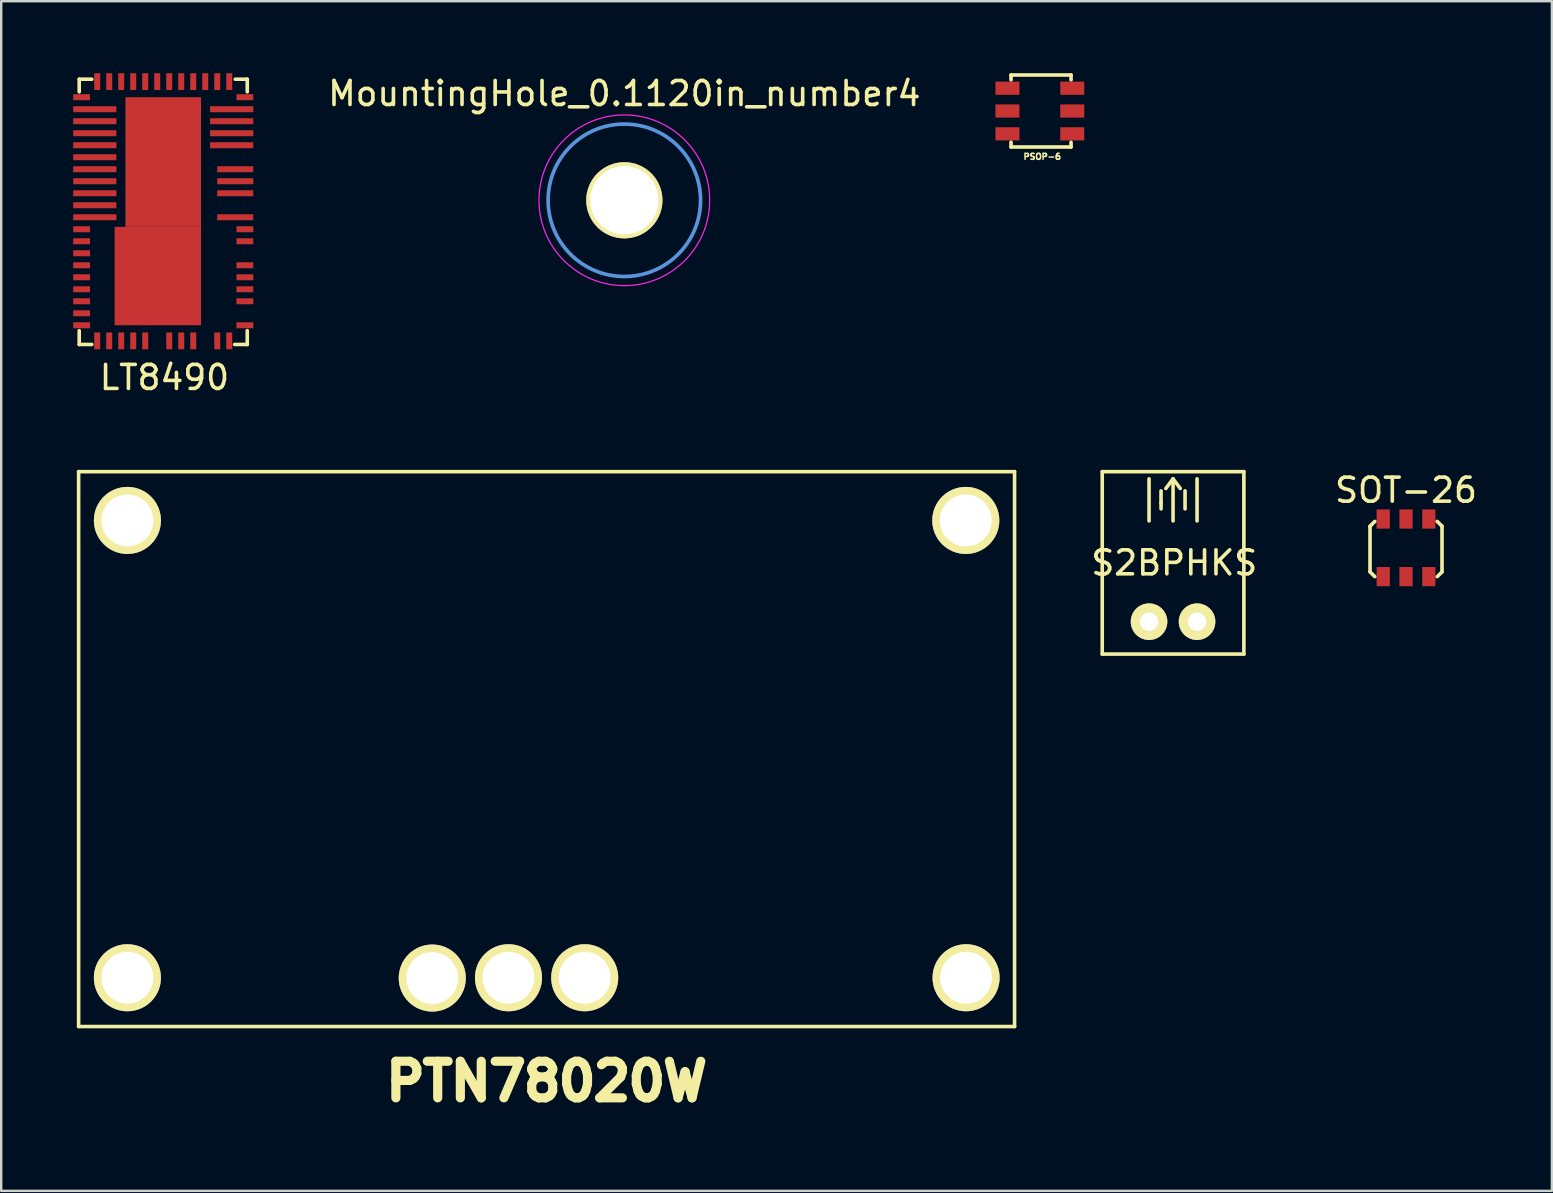
<source format=kicad_pcb>
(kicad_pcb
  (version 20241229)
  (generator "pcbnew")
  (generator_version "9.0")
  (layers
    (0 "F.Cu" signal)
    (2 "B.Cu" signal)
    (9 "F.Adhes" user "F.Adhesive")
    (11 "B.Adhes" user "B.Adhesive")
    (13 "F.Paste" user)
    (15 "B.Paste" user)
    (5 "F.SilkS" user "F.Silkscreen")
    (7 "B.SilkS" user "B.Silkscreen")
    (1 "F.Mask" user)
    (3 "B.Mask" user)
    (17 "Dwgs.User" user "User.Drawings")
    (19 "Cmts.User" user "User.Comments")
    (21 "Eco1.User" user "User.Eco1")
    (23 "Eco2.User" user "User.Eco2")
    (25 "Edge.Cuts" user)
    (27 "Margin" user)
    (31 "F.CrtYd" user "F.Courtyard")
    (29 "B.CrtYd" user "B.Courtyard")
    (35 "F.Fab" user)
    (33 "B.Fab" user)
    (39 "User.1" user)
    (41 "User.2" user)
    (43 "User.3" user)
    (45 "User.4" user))
  (footprint "LT8490"
    (layer "F.Cu")
    (at 3.75 5.75)
    (property "Reference" "LT8490" (at 0.05 6.925 0) (layer "F.SilkS") (effects (font (size 1 1) (thickness 0.15))))
    (attr through_hole)
    (fp_line (start -3.5 -5.5) (end -3.5 -4.975) (stroke (width 0.15) (type solid)) (layer "F.SilkS"))
    (fp_line (start -3.5 -5.5) (end -2.975 -5.5) (stroke (width 0.15) (type solid)) (layer "F.SilkS"))
    (fp_line (start -3.5 5.55) (end -3.5 4.975) (stroke (width 0.15) (type solid)) (layer "F.SilkS"))
    (fp_line (start -3.5 5.55) (end -2.975 5.55) (stroke (width 0.15) (type solid)) (layer "F.SilkS"))
    (fp_line (start 3.5 -5.5) (end 3 -5.5) (stroke (width 0.15) (type solid)) (layer "F.SilkS"))
    (fp_line (start 3.5 -5.5) (end 3.5 -4.975) (stroke (width 0.15) (type solid)) (layer "F.SilkS"))
    (fp_line (start 3.5 5.55) (end 2.975 5.55) (stroke (width 0.15) (type solid)) (layer "F.SilkS"))
    (fp_line (start 3.5 5.55) (end 3.5 4.975) (stroke (width 0.15) (type solid)) (layer "F.SilkS"))
    (pad "1" smd rect (at -3.4 -4.75 90) (size 0.25 0.7) (layers "F.Cu" "F.Mask" "F.Paste"))
    (pad "2" smd rect (at -2.85 -4.25 90) (size 0.25 1.8) (layers "F.Cu" "F.Mask" "F.Paste"))
    (pad "3" smd rect (at -2.85 -3.75 90) (size 0.25 1.8) (layers "F.Cu" "F.Mask" "F.Paste"))
    (pad "4" smd rect (at -2.85 -3.25 90) (size 0.25 1.8) (layers "F.Cu" "F.Mask" "F.Paste"))
    (pad "5" smd rect (at -2.85 -2.75 90) (size 0.25 1.8) (layers "F.Cu" "F.Mask" "F.Paste"))
    (pad "6" smd rect (at -2.85 -2.25 90) (size 0.25 1.8) (layers "F.Cu" "F.Mask" "F.Paste"))
    (pad "7" smd rect (at -2.85 -1.75 90) (size 0.25 1.8) (layers "F.Cu" "F.Mask" "F.Paste"))
    (pad "8" smd rect (at -2.85 -1.25 90) (size 0.25 1.8) (layers "F.Cu" "F.Mask" "F.Paste"))
    (pad "9" smd rect (at -2.85 -0.75 90) (size 0.25 1.8) (layers "F.Cu" "F.Mask" "F.Paste"))
    (pad "10" smd rect (at -2.85 -0.25 90) (size 0.25 1.8) (layers "F.Cu" "F.Mask" "F.Paste"))
    (pad "11" smd rect (at -2.85 0.25 90) (size 0.25 1.8) (layers "F.Cu" "F.Mask" "F.Paste"))
    (pad "12" smd rect (at -3.4 0.75 90) (size 0.25 0.7) (layers "F.Cu" "F.Mask" "F.Paste"))
    (pad "13" smd rect (at -3.4 1.25 90) (size 0.25 0.7) (layers "F.Cu" "F.Mask" "F.Paste"))
    (pad "14" smd rect (at -3.4 1.75 90) (size 0.25 0.7) (layers "F.Cu" "F.Mask" "F.Paste"))
    (pad "15" smd rect (at -3.4 2.25 90) (size 0.25 0.7) (layers "F.Cu" "F.Mask" "F.Paste"))
    (pad "16" smd rect (at -3.4 2.75 90) (size 0.25 0.7) (layers "F.Cu" "F.Mask" "F.Paste"))
    (pad "17" smd rect (at -3.4 3.25 90) (size 0.25 0.7) (layers "F.Cu" "F.Mask" "F.Paste"))
    (pad "18" smd rect (at -3.4 3.75 90) (size 0.25 0.7) (layers "F.Cu" "F.Mask" "F.Paste"))
    (pad "19" smd rect (at -3.4 4.25 90) (size 0.25 0.7) (layers "F.Cu" "F.Mask" "F.Paste"))
    (pad "20" smd rect (at -3.4 4.75 90) (size 0.25 0.7) (layers "F.Cu" "F.Mask" "F.Paste"))
    (pad "21" smd rect (at -2.75 5.4 180) (size 0.25 0.7) (layers "F.Cu" "F.Mask" "F.Paste"))
    (pad "22" smd rect (at -2.25 5.4 180) (size 0.25 0.7) (layers "F.Cu" "F.Mask" "F.Paste"))
    (pad "23" smd rect (at -1.75 5.4 180) (size 0.25 0.7) (layers "F.Cu" "F.Mask" "F.Paste"))
    (pad "24" smd rect (at -1.25 5.4 180) (size 0.25 0.7) (layers "F.Cu" "F.Mask" "F.Paste"))
    (pad "25" smd rect (at -0.75 5.4 180) (size 0.25 0.7) (layers "F.Cu" "F.Mask" "F.Paste"))
    (pad "27" smd rect (at 0.25 5.4 180) (size 0.25 0.7) (layers "F.Cu" "F.Mask" "F.Paste"))
    (pad "28" smd rect (at 0.75 5.4 180) (size 0.25 0.7) (layers "F.Cu" "F.Mask" "F.Paste"))
    (pad "29" smd rect (at 1.25 5.4 180) (size 0.25 0.7) (layers "F.Cu" "F.Mask" "F.Paste"))
    (pad "31" smd rect (at 2.25 5.4 180) (size 0.25 0.7) (layers "F.Cu" "F.Mask" "F.Paste"))
    (pad "32" smd rect (at 2.75 5.4 180) (size 0.25 0.7) (layers "F.Cu" "F.Mask" "F.Paste"))
    (pad "33" smd rect (at 3.4 4.75 90) (size 0.25 0.7) (layers "F.Cu" "F.Mask" "F.Paste"))
    (pad "35" smd rect (at 3.4 3.75 90) (size 0.25 0.7) (layers "F.Cu" "F.Mask" "F.Paste"))
    (pad "36" smd rect (at 3.4 3.25 90) (size 0.25 0.7) (layers "F.Cu" "F.Mask" "F.Paste"))
    (pad "37" smd rect (at 3.4 2.75 90) (size 0.25 0.7) (layers "F.Cu" "F.Mask" "F.Paste"))
    (pad "38" smd rect (at 3.4 2.25 90) (size 0.25 0.7) (layers "F.Cu" "F.Mask" "F.Paste"))
    (pad "40" smd rect (at 3.4 1.25 90) (size 0.25 0.7) (layers "F.Cu" "F.Mask" "F.Paste"))
    (pad "41" smd rect (at 3.4 0.75 90) (size 0.25 0.7) (layers "F.Cu" "F.Mask" "F.Paste"))
    (pad "42" smd rect (at 3 0.25 90) (size 0.25 1.5) (layers "F.Cu" "F.Mask" "F.Paste"))
    (pad "44" smd rect (at 3 -0.75 90) (size 0.25 1.5) (layers "F.Cu" "F.Mask" "F.Paste"))
    (pad "45" smd rect (at 3 -1.25 90) (size 0.25 1.5) (layers "F.Cu" "F.Mask" "F.Paste"))
    (pad "46" smd rect (at 3 -1.75 90) (size 0.25 1.5) (layers "F.Cu" "F.Mask" "F.Paste"))
    (pad "48" smd rect (at 2.85 -2.75 90) (size 0.25 1.8) (layers "F.Cu" "F.Mask" "F.Paste"))
    (pad "49" smd rect (at 2.85 -3.25 90) (size 0.25 1.8) (layers "F.Cu" "F.Mask" "F.Paste"))
    (pad "50" smd rect (at 2.85 -3.75 90) (size 0.25 1.8) (layers "F.Cu" "F.Mask" "F.Paste"))
    (pad "51" smd rect (at 2.85 -4.25 90) (size 0.25 1.8) (layers "F.Cu" "F.Mask" "F.Paste"))
    (pad "52" smd rect (at 3.4 -4.75 90) (size 0.25 0.7) (layers "F.Cu" "F.Mask" "F.Paste"))
    (pad "53" smd rect (at 2.75 -5.4 180) (size 0.25 0.7) (layers "F.Cu" "F.Mask" "F.Paste"))
    (pad "54" smd rect (at 2.25 -5.4 180) (size 0.25 0.7) (layers "F.Cu" "F.Mask" "F.Paste"))
    (pad "55" smd rect (at 1.75 -5.4 180) (size 0.25 0.7) (layers "F.Cu" "F.Mask" "F.Paste"))
    (pad "56" smd rect (at 1.25 -5.4 180) (size 0.25 0.7) (layers "F.Cu" "F.Mask" "F.Paste"))
    (pad "57" smd rect (at 0.75 -5.4 180) (size 0.25 0.7) (layers "F.Cu" "F.Mask" "F.Paste"))
    (pad "58" smd rect (at 0.25 -5.4 180) (size 0.25 0.7) (layers "F.Cu" "F.Mask" "F.Paste"))
    (pad "59" smd rect (at -0.25 -5.4 180) (size 0.25 0.7) (layers "F.Cu" "F.Mask" "F.Paste"))
    (pad "60" smd rect (at -0.75 -5.4 180) (size 0.25 0.7) (layers "F.Cu" "F.Mask" "F.Paste"))
    (pad "61" smd rect (at -1.25 -5.4 180) (size 0.25 0.7) (layers "F.Cu" "F.Mask" "F.Paste"))
    (pad "62" smd rect (at -1.75 -5.4 180) (size 0.25 0.7) (layers "F.Cu" "F.Mask" "F.Paste"))
    (pad "63" smd rect (at -2.25 -5.4 180) (size 0.25 0.7) (layers "F.Cu" "F.Mask" "F.Paste"))
    (pad "64" smd rect (at -2.75 -5.4 180) (size 0.25 0.7) (layers "F.Cu" "F.Mask" "F.Paste"))
    (pad "65" smd rect (at -0.225 2.7) (size 3.6 4.1) (layers "F.Cu" "F.Mask" "F.Paste"))
    (pad "65" smd rect (at 0 -2.05) (size 3.15 5.4) (layers "F.Cu" "F.Mask" "F.Paste")))
  (footprint "PSOP-6"
    (layer "F.Cu")
    (at 40.267 1.575)
    (property "Reference" "PSOP-6" (at 0.1 1.9 0) (layer "F.SilkS") (effects (font (size 0.25 0.25) (thickness 0.062))))
    (attr through_hole)
    (fp_line (start -1.2 -1.5) (end -1.2 -1.3) (stroke (width 0.15) (type solid)) (layer "F.SilkS"))
    (fp_line (start -1.2 1.3) (end -1.2 1.5) (stroke (width 0.15) (type solid)) (layer "F.SilkS"))
    (fp_line (start -1.2 1.5) (end 1.3 1.5) (stroke (width 0.15) (type solid)) (layer "F.SilkS"))
    (fp_line (start 1.3 -1.5) (end -1.2 -1.5) (stroke (width 0.15) (type solid)) (layer "F.SilkS"))
    (fp_line (start 1.3 -1.3) (end 1.3 -1.5) (stroke (width 0.15) (type solid)) (layer "F.SilkS"))
    (fp_line (start 1.3 1.5) (end 1.3 1.3) (stroke (width 0.15) (type solid)) (layer "F.SilkS"))
    (pad "1" smd rect (at -1.35 -0.95) (size 1 0.55) (layers "F.Cu" "F.Mask" "F.Paste"))
    (pad "2" smd rect (at -1.35 0) (size 1 0.55) (layers "F.Cu" "F.Mask" "F.Paste"))
    (pad "3" smd rect (at -1.35 0.95) (size 1 0.55) (layers "F.Cu" "F.Mask" "F.Paste"))
    (pad "4" smd rect (at 1.35 0.95) (size 1 0.55) (layers "F.Cu" "F.Mask" "F.Paste"))
    (pad "5" smd rect (at 1.35 0) (size 1 0.55) (layers "F.Cu" "F.Mask" "F.Paste"))
    (pad "6" smd rect (at 1.35 -0.95) (size 1 0.55) (layers "F.Cu" "F.Mask" "F.Paste")))
  (footprint "S2BPHKS"
    (layer "F.Cu")
    (at 45.816 20.398)
    (property "Reference" "S2BPHKS" (at 0.05 0 0) (layer "F.SilkS") (effects (font (size 1 1) (thickness 0.15))))
    (attr through_hole)
    (fp_line (start -2.95 -3.8) (end 2.95 -3.8) (stroke (width 0.15) (type solid)) (layer "F.SilkS"))
    (fp_line (start -2.95 3.8) (end -2.95 -3.8) (stroke (width 0.15) (type solid)) (layer "F.SilkS"))
    (fp_line (start -1 -3.5) (end -1 -1.75) (stroke (width 0.15) (type solid)) (layer "F.SilkS"))
    (fp_line (start -0.5 -3) (end -0.5 -2.5) (stroke (width 0.15) (type solid)) (layer "F.SilkS"))
    (fp_line (start -0.5 -2.5) (end -0.5 -2.25) (stroke (width 0.15) (type solid)) (layer "F.SilkS"))
    (fp_line (start 0 -3.5) (end -0.3 -3.1) (stroke (width 0.15) (type solid)) (layer "F.SilkS"))
    (fp_line (start 0 -3.5) (end 0 -1.75) (stroke (width 0.15) (type solid)) (layer "F.SilkS"))
    (fp_line (start 0 -3.5) (end 0.3 -3.1) (stroke (width 0.15) (type solid)) (layer "F.SilkS"))
    (fp_line (start 0.5 -3) (end 0.5 -2.25) (stroke (width 0.15) (type solid)) (layer "F.SilkS"))
    (fp_line (start 1 -3.5) (end 1 -1.75) (stroke (width 0.15) (type solid)) (layer "F.SilkS"))
    (fp_line (start 2.95 -3.8) (end 2.95 3.8) (stroke (width 0.15) (type solid)) (layer "F.SilkS"))
    (fp_line (start 2.95 3.8) (end -2.95 3.8) (stroke (width 0.15) (type solid)) (layer "F.SilkS"))
    (pad "1" thru_hole circle (at -1 2.45) (size 1.524 1.524) (drill 0.762) (layers "*.Cu" "*.Mask" "F.SilkS"))
    (pad "2" thru_hole circle (at 1 2.45) (size 1.524 1.524) (drill 0.762) (layers "*.Cu" "*.Mask" "F.SilkS")))
  (footprint "MountingHole_0.1120in_number4"
    (layer "F.Cu")
    (at 22.958 5.293)
    (property "Reference" "MountingHole_0.1120in_number4" (at 0 -4.445 0) (layer "F.SilkS") (effects (font (size 1 1) (thickness 0.15))))
    (attr through_hole)
    (fp_circle (center 0 0) (end 0 -3.175) (stroke (width 0.152) (type solid)) (fill no) (layer "Cmts.User"))
    (fp_circle (center 0 0) (end -3.556 0) (stroke (width 0.051) (type solid)) (fill no) (layer "F.CrtYd"))
    (pad "" np_thru_hole circle (at 0 0) (size 3.175 3.175) (drill 2.845) (layers "*.Cu" "*.Mask" "F.SilkS")))
  (footprint "PTN78020W"
    (layer "F.Cu")
    (at 0.25 39.712)
    (property "Reference" "PTN78020W" (at 19.469 2.286 0) (layer "F.SilkS") (effects (font (size 1.524 1.524) (thickness 0.381))))
    (attr through_hole)
    (fp_line (start -0.025 -23.114) (end 38.964 -23.114) (stroke (width 0.15) (type solid)) (layer "F.SilkS"))
    (fp_line (start -0.025 0) (end -0.025 -23.114) (stroke (width 0.15) (type solid)) (layer "F.SilkS"))
    (fp_line (start -0.025 0) (end 38.964 0) (stroke (width 0.15) (type solid)) (layer "F.SilkS"))
    (fp_line (start 38.964 -23.114) (end 38.964 0) (stroke (width 0.15) (type solid)) (layer "F.SilkS"))
    (pad "1" thru_hole circle (at 2.007 -21.082) (size 2.794 2.794) (drill 2.159) (layers "*.Cu" "*.Mask" "F.SilkS"))
    (pad "2" thru_hole circle (at 2.007 -2.032) (size 2.794 2.794) (drill 2.159) (layers "*.Cu" "*.Mask" "F.SilkS"))
    (pad "3" thru_hole circle (at 14.707 -2.019) (size 2.794 2.794) (drill 2.159) (layers "*.Cu" "*.Mask" "F.SilkS"))
    (pad "4" thru_hole circle (at 17.882 -2.032) (size 2.794 2.794) (drill 2.159) (layers "*.Cu" "*.Mask" "F.SilkS"))
    (pad "5" thru_hole circle (at 21.057 -2.032) (size 2.794 2.794) (drill 2.159) (layers "*.Cu" "*.Mask" "F.SilkS"))
    (pad "6" thru_hole circle (at 36.944 -2.032) (size 2.794 2.794) (drill 2.159) (layers "*.Cu" "*.Mask" "F.SilkS"))
    (pad "7" thru_hole circle (at 36.932 -21.082) (size 2.794 2.794) (drill 2.159) (layers "*.Cu" "*.Mask" "F.SilkS")))
  (footprint "SOT-26"
    (layer "F.Cu")
    (at 55.521 19.771)
    (property "Reference" "SOT-26" (at 0 -2.4 0) (layer "F.SilkS") (effects (font (size 1 1) (thickness 0.15))))
    (attr through_hole)
    (fp_line (start -1.5 -0.9) (end -1.5 1) (stroke (width 0.15) (type solid)) (layer "F.SilkS"))
    (fp_line (start -1.5 1) (end -1.3 1.2) (stroke (width 0.15) (type solid)) (layer "F.SilkS"))
    (fp_line (start -1.3 -1.1) (end -1.5 -0.9) (stroke (width 0.15) (type solid)) (layer "F.SilkS"))
    (fp_line (start 1.3 -1.1) (end 1.5 -0.9) (stroke (width 0.15) (type solid)) (layer "F.SilkS"))
    (fp_line (start 1.5 -0.9) (end 1.5 1) (stroke (width 0.15) (type solid)) (layer "F.SilkS"))
    (fp_line (start 1.5 1) (end 1.3 1.2) (stroke (width 0.15) (type solid)) (layer "F.SilkS"))
    (pad "1" smd rect (at -0.95 1.2) (size 0.55 0.8) (layers "F.Cu" "F.Mask" "F.Paste"))
    (pad "2" smd rect (at 0 1.2) (size 0.55 0.8) (layers "F.Cu" "F.Mask" "F.Paste"))
    (pad "3" smd rect (at 0.95 1.2) (size 0.55 0.8) (layers "F.Cu" "F.Mask" "F.Paste"))
    (pad "4" smd rect (at -0.95 -1.2) (size 0.55 0.8) (layers "F.Cu" "F.Mask" "F.Paste"))
    (pad "5" smd rect (at 0 -1.2) (size 0.55 0.8) (layers "F.Cu" "F.Mask" "F.Paste"))
    (pad "6" smd rect (at 0.95 -1.2) (size 0.55 0.8) (layers "F.Cu" "F.Mask" "F.Paste")))
  (gr_rect
    (start -3 -3)
    (end 61.598 46.558)
    (stroke (width 0.1) (type default))
    (fill no)
    (layer "Edge.Cuts")))
</source>
